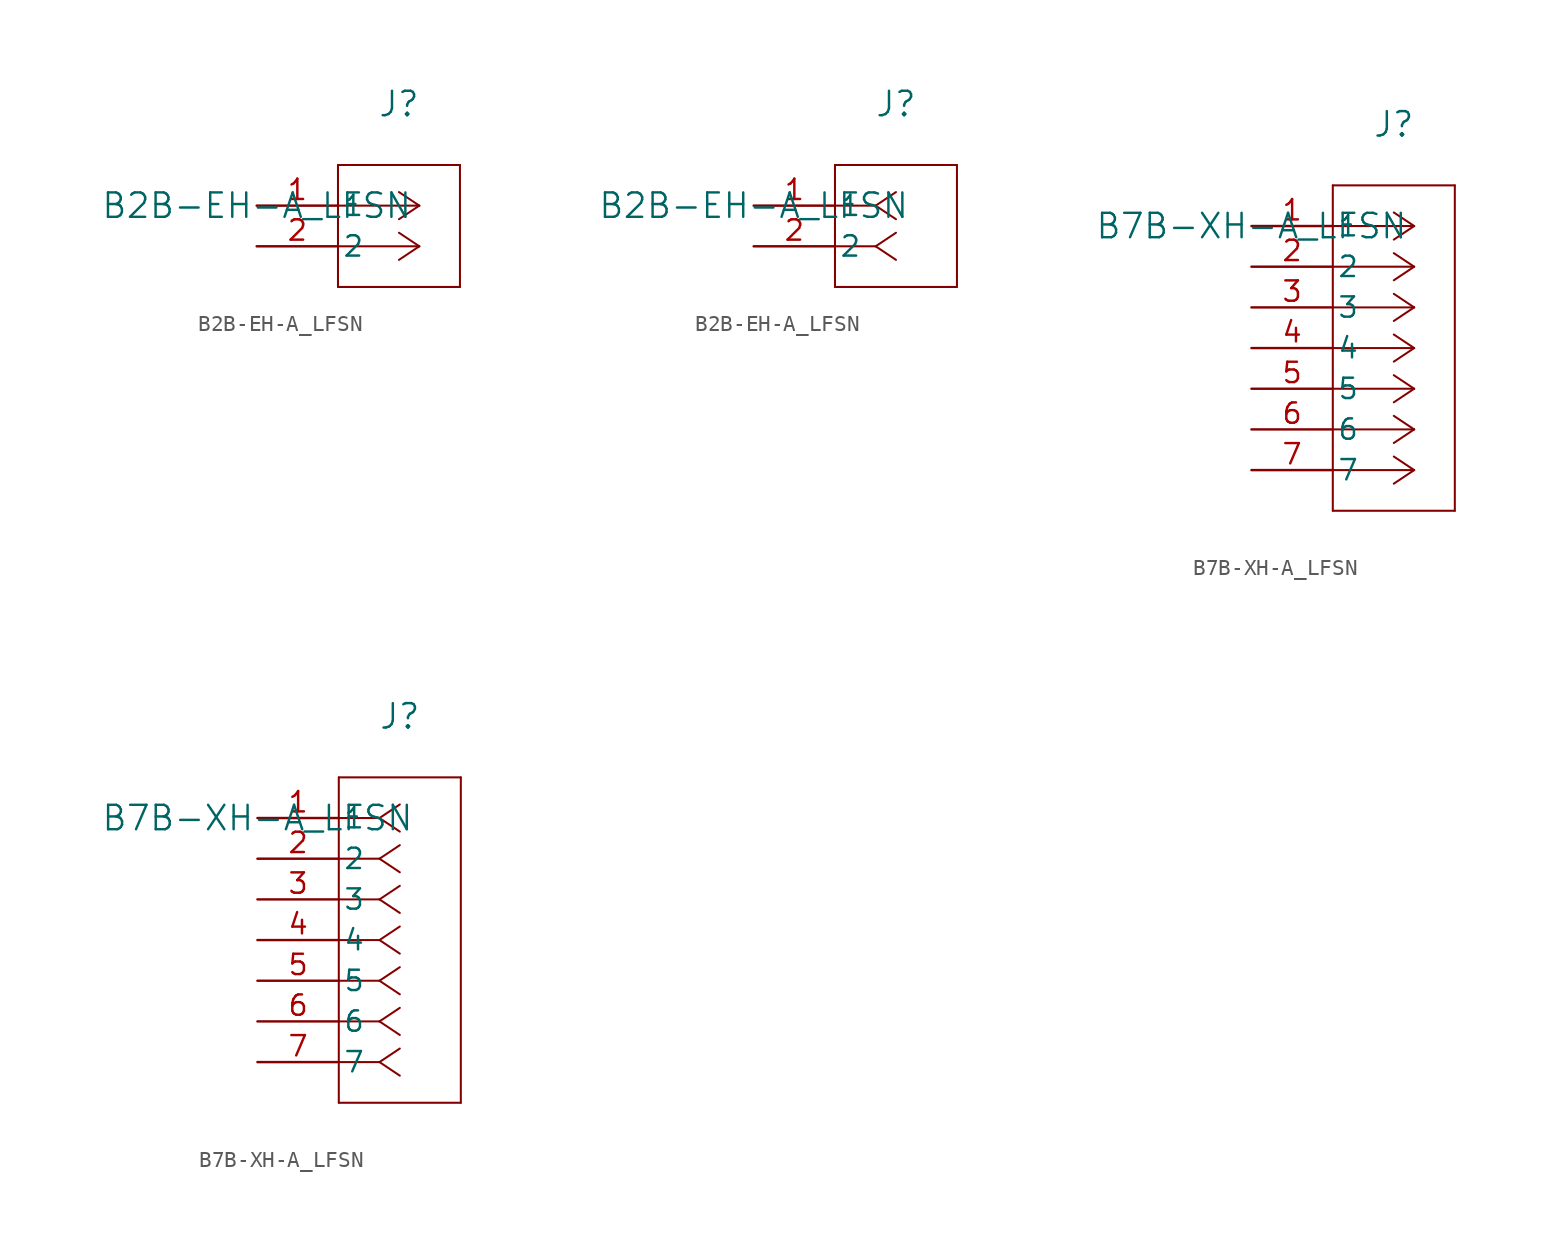
<source format=kicad_sym>
(kicad_symbol_lib
  (version 20211014)
  (generator kicad_symbol_editor)
  (symbol "B2B-EH-A_LFSN"
    (pin_names
      (offset 0.254))
    (property "Reference" "J"
      (at 8.89 6.35 0)
      (effects (font (size 1.524 1.524))))
    (property "Value" "B2B-EH-A_LFSN"
      (at 0 0 0)
      (effects (font (size 1.524 1.524))))
    (property "ki_locked" ""
      (at 0 0 0)
      (effects (font (size 1.27 1.27))))
    (symbol "B2B-EH-A_LFSN_1_1"
      (polyline (pts (xy 5.08 -5.08) (xy 12.7 -5.08)) (stroke (width 0.127) (type default) (color 0 0 0 0)) (fill (type none)))
      (polyline (pts (xy 5.08 2.54) (xy 5.08 -5.08)) (stroke (width 0.127) (type default) (color 0 0 0 0)) (fill (type none)))
      (polyline (pts (xy 10.16 -2.54) (xy 5.08 -2.54)) (stroke (width 0.127) (type default) (color 0 0 0 0)) (fill (type none)))
      (polyline (pts (xy 10.16 -2.54) (xy 8.89 -3.387)) (stroke (width 0.127) (type default) (color 0 0 0 0)) (fill (type none)))
      (polyline (pts (xy 10.16 -2.54) (xy 8.89 -1.693)) (stroke (width 0.127) (type default) (color 0 0 0 0)) (fill (type none)))
      (polyline (pts (xy 10.16 0) (xy 5.08 0)) (stroke (width 0.127) (type default) (color 0 0 0 0)) (fill (type none)))
      (polyline (pts (xy 10.16 0) (xy 8.89 -0.847)) (stroke (width 0.127) (type default) (color 0 0 0 0)) (fill (type none)))
      (polyline (pts (xy 10.16 0) (xy 8.89 0.847)) (stroke (width 0.127) (type default) (color 0 0 0 0)) (fill (type none)))
      (polyline (pts (xy 12.7 -5.08) (xy 12.7 2.54)) (stroke (width 0.127) (type default) (color 0 0 0 0)) (fill (type none)))
      (polyline (pts (xy 12.7 2.54) (xy 5.08 2.54)) (stroke (width 0.127) (type default) (color 0 0 0 0)) (fill (type none)))
      (pin unspecified line (at 0 0 0) (length 5.08) (name "1" (effects (font (size 1.27 1.27)))) (number "1" (effects (font (size 1.27 1.27)))))
      (pin unspecified line (at 0 -2.54 0) (length 5.08) (name "2" (effects (font (size 1.27 1.27)))) (number "2" (effects (font (size 1.27 1.27))))))
    (symbol "B2B-EH-A_LFSN_1_2"
      (polyline (pts (xy 5.08 -5.08) (xy 12.7 -5.08)) (stroke (width 0.127) (type default) (color 0 0 0 0)) (fill (type none)))
      (polyline (pts (xy 5.08 2.54) (xy 5.08 -5.08)) (stroke (width 0.127) (type default) (color 0 0 0 0)) (fill (type none)))
      (polyline (pts (xy 7.62 -2.54) (xy 5.08 -2.54)) (stroke (width 0.127) (type default) (color 0 0 0 0)) (fill (type none)))
      (polyline (pts (xy 7.62 -2.54) (xy 8.89 -3.387)) (stroke (width 0.127) (type default) (color 0 0 0 0)) (fill (type none)))
      (polyline (pts (xy 7.62 -2.54) (xy 8.89 -1.693)) (stroke (width 0.127) (type default) (color 0 0 0 0)) (fill (type none)))
      (polyline (pts (xy 7.62 0) (xy 5.08 0)) (stroke (width 0.127) (type default) (color 0 0 0 0)) (fill (type none)))
      (polyline (pts (xy 7.62 0) (xy 8.89 -0.847)) (stroke (width 0.127) (type default) (color 0 0 0 0)) (fill (type none)))
      (polyline (pts (xy 7.62 0) (xy 8.89 0.847)) (stroke (width 0.127) (type default) (color 0 0 0 0)) (fill (type none)))
      (polyline (pts (xy 12.7 -5.08) (xy 12.7 2.54)) (stroke (width 0.127) (type default) (color 0 0 0 0)) (fill (type none)))
      (polyline (pts (xy 12.7 2.54) (xy 5.08 2.54)) (stroke (width 0.127) (type default) (color 0 0 0 0)) (fill (type none)))
      (pin unspecified line (at 0 0 0) (length 5.08) (name "1" (effects (font (size 1.27 1.27)))) (number "1" (effects (font (size 1.27 1.27)))))
      (pin unspecified line (at 0 -2.54 0) (length 5.08) (name "2" (effects (font (size 1.27 1.27)))) (number "2" (effects (font (size 1.27 1.27)))))))
  (symbol "B7B-XH-A_LFSN"
    (pin_names
      (offset 0.254))
    (property "Reference" "J"
      (at 8.89 6.35 0)
      (effects (font (size 1.524 1.524))))
    (property "Value" "B7B-XH-A_LFSN"
      (at 0 0 0)
      (effects (font (size 1.524 1.524))))
    (property "ki_locked" ""
      (at 0 0 0)
      (effects (font (size 1.27 1.27))))
    (symbol "B7B-XH-A_LFSN_1_1"
      (polyline (pts (xy 5.08 -17.78) (xy 12.7 -17.78)) (stroke (width 0.127) (type default) (color 0 0 0 0)) (fill (type none)))
      (polyline (pts (xy 5.08 2.54) (xy 5.08 -17.78)) (stroke (width 0.127) (type default) (color 0 0 0 0)) (fill (type none)))
      (polyline (pts (xy 10.16 -15.24) (xy 5.08 -15.24)) (stroke (width 0.127) (type default) (color 0 0 0 0)) (fill (type none)))
      (polyline (pts (xy 10.16 -15.24) (xy 8.89 -16.087)) (stroke (width 0.127) (type default) (color 0 0 0 0)) (fill (type none)))
      (polyline (pts (xy 10.16 -15.24) (xy 8.89 -14.393)) (stroke (width 0.127) (type default) (color 0 0 0 0)) (fill (type none)))
      (polyline (pts (xy 10.16 -12.7) (xy 5.08 -12.7)) (stroke (width 0.127) (type default) (color 0 0 0 0)) (fill (type none)))
      (polyline (pts (xy 10.16 -12.7) (xy 8.89 -13.547)) (stroke (width 0.127) (type default) (color 0 0 0 0)) (fill (type none)))
      (polyline (pts (xy 10.16 -12.7) (xy 8.89 -11.853)) (stroke (width 0.127) (type default) (color 0 0 0 0)) (fill (type none)))
      (polyline (pts (xy 10.16 -10.16) (xy 5.08 -10.16)) (stroke (width 0.127) (type default) (color 0 0 0 0)) (fill (type none)))
      (polyline (pts (xy 10.16 -10.16) (xy 8.89 -11.007)) (stroke (width 0.127) (type default) (color 0 0 0 0)) (fill (type none)))
      (polyline (pts (xy 10.16 -10.16) (xy 8.89 -9.313)) (stroke (width 0.127) (type default) (color 0 0 0 0)) (fill (type none)))
      (polyline (pts (xy 10.16 -7.62) (xy 5.08 -7.62)) (stroke (width 0.127) (type default) (color 0 0 0 0)) (fill (type none)))
      (polyline (pts (xy 10.16 -7.62) (xy 8.89 -8.467)) (stroke (width 0.127) (type default) (color 0 0 0 0)) (fill (type none)))
      (polyline (pts (xy 10.16 -7.62) (xy 8.89 -6.773)) (stroke (width 0.127) (type default) (color 0 0 0 0)) (fill (type none)))
      (polyline (pts (xy 10.16 -5.08) (xy 5.08 -5.08)) (stroke (width 0.127) (type default) (color 0 0 0 0)) (fill (type none)))
      (polyline (pts (xy 10.16 -5.08) (xy 8.89 -5.927)) (stroke (width 0.127) (type default) (color 0 0 0 0)) (fill (type none)))
      (polyline (pts (xy 10.16 -5.08) (xy 8.89 -4.233)) (stroke (width 0.127) (type default) (color 0 0 0 0)) (fill (type none)))
      (polyline (pts (xy 10.16 -2.54) (xy 5.08 -2.54)) (stroke (width 0.127) (type default) (color 0 0 0 0)) (fill (type none)))
      (polyline (pts (xy 10.16 -2.54) (xy 8.89 -3.387)) (stroke (width 0.127) (type default) (color 0 0 0 0)) (fill (type none)))
      (polyline (pts (xy 10.16 -2.54) (xy 8.89 -1.693)) (stroke (width 0.127) (type default) (color 0 0 0 0)) (fill (type none)))
      (polyline (pts (xy 10.16 0) (xy 5.08 0)) (stroke (width 0.127) (type default) (color 0 0 0 0)) (fill (type none)))
      (polyline (pts (xy 10.16 0) (xy 8.89 -0.847)) (stroke (width 0.127) (type default) (color 0 0 0 0)) (fill (type none)))
      (polyline (pts (xy 10.16 0) (xy 8.89 0.847)) (stroke (width 0.127) (type default) (color 0 0 0 0)) (fill (type none)))
      (polyline (pts (xy 12.7 -17.78) (xy 12.7 2.54)) (stroke (width 0.127) (type default) (color 0 0 0 0)) (fill (type none)))
      (polyline (pts (xy 12.7 2.54) (xy 5.08 2.54)) (stroke (width 0.127) (type default) (color 0 0 0 0)) (fill (type none)))
      (pin unspecified line (at 0 0 0) (length 5.08) (name "1" (effects (font (size 1.27 1.27)))) (number "1" (effects (font (size 1.27 1.27)))))
      (pin unspecified line (at 0 -2.54 0) (length 5.08) (name "2" (effects (font (size 1.27 1.27)))) (number "2" (effects (font (size 1.27 1.27)))))
      (pin unspecified line (at 0 -5.08 0) (length 5.08) (name "3" (effects (font (size 1.27 1.27)))) (number "3" (effects (font (size 1.27 1.27)))))
      (pin unspecified line (at 0 -7.62 0) (length 5.08) (name "4" (effects (font (size 1.27 1.27)))) (number "4" (effects (font (size 1.27 1.27)))))
      (pin unspecified line (at 0 -10.16 0) (length 5.08) (name "5" (effects (font (size 1.27 1.27)))) (number "5" (effects (font (size 1.27 1.27)))))
      (pin unspecified line (at 0 -12.7 0) (length 5.08) (name "6" (effects (font (size 1.27 1.27)))) (number "6" (effects (font (size 1.27 1.27)))))
      (pin unspecified line (at 0 -15.24 0) (length 5.08) (name "7" (effects (font (size 1.27 1.27)))) (number "7" (effects (font (size 1.27 1.27))))))
    (symbol "B7B-XH-A_LFSN_1_2"
      (polyline (pts (xy 5.08 -17.78) (xy 12.7 -17.78)) (stroke (width 0.127) (type default) (color 0 0 0 0)) (fill (type none)))
      (polyline (pts (xy 5.08 2.54) (xy 5.08 -17.78)) (stroke (width 0.127) (type default) (color 0 0 0 0)) (fill (type none)))
      (polyline (pts (xy 7.62 -15.24) (xy 5.08 -15.24)) (stroke (width 0.127) (type default) (color 0 0 0 0)) (fill (type none)))
      (polyline (pts (xy 7.62 -15.24) (xy 8.89 -16.087)) (stroke (width 0.127) (type default) (color 0 0 0 0)) (fill (type none)))
      (polyline (pts (xy 7.62 -15.24) (xy 8.89 -14.393)) (stroke (width 0.127) (type default) (color 0 0 0 0)) (fill (type none)))
      (polyline (pts (xy 7.62 -12.7) (xy 5.08 -12.7)) (stroke (width 0.127) (type default) (color 0 0 0 0)) (fill (type none)))
      (polyline (pts (xy 7.62 -12.7) (xy 8.89 -13.547)) (stroke (width 0.127) (type default) (color 0 0 0 0)) (fill (type none)))
      (polyline (pts (xy 7.62 -12.7) (xy 8.89 -11.853)) (stroke (width 0.127) (type default) (color 0 0 0 0)) (fill (type none)))
      (polyline (pts (xy 7.62 -10.16) (xy 5.08 -10.16)) (stroke (width 0.127) (type default) (color 0 0 0 0)) (fill (type none)))
      (polyline (pts (xy 7.62 -10.16) (xy 8.89 -11.007)) (stroke (width 0.127) (type default) (color 0 0 0 0)) (fill (type none)))
      (polyline (pts (xy 7.62 -10.16) (xy 8.89 -9.313)) (stroke (width 0.127) (type default) (color 0 0 0 0)) (fill (type none)))
      (polyline (pts (xy 7.62 -7.62) (xy 5.08 -7.62)) (stroke (width 0.127) (type default) (color 0 0 0 0)) (fill (type none)))
      (polyline (pts (xy 7.62 -7.62) (xy 8.89 -8.467)) (stroke (width 0.127) (type default) (color 0 0 0 0)) (fill (type none)))
      (polyline (pts (xy 7.62 -7.62) (xy 8.89 -6.773)) (stroke (width 0.127) (type default) (color 0 0 0 0)) (fill (type none)))
      (polyline (pts (xy 7.62 -5.08) (xy 5.08 -5.08)) (stroke (width 0.127) (type default) (color 0 0 0 0)) (fill (type none)))
      (polyline (pts (xy 7.62 -5.08) (xy 8.89 -5.927)) (stroke (width 0.127) (type default) (color 0 0 0 0)) (fill (type none)))
      (polyline (pts (xy 7.62 -5.08) (xy 8.89 -4.233)) (stroke (width 0.127) (type default) (color 0 0 0 0)) (fill (type none)))
      (polyline (pts (xy 7.62 -2.54) (xy 5.08 -2.54)) (stroke (width 0.127) (type default) (color 0 0 0 0)) (fill (type none)))
      (polyline (pts (xy 7.62 -2.54) (xy 8.89 -3.387)) (stroke (width 0.127) (type default) (color 0 0 0 0)) (fill (type none)))
      (polyline (pts (xy 7.62 -2.54) (xy 8.89 -1.693)) (stroke (width 0.127) (type default) (color 0 0 0 0)) (fill (type none)))
      (polyline (pts (xy 7.62 0) (xy 5.08 0)) (stroke (width 0.127) (type default) (color 0 0 0 0)) (fill (type none)))
      (polyline (pts (xy 7.62 0) (xy 8.89 -0.847)) (stroke (width 0.127) (type default) (color 0 0 0 0)) (fill (type none)))
      (polyline (pts (xy 7.62 0) (xy 8.89 0.847)) (stroke (width 0.127) (type default) (color 0 0 0 0)) (fill (type none)))
      (polyline (pts (xy 12.7 -17.78) (xy 12.7 2.54)) (stroke (width 0.127) (type default) (color 0 0 0 0)) (fill (type none)))
      (polyline (pts (xy 12.7 2.54) (xy 5.08 2.54)) (stroke (width 0.127) (type default) (color 0 0 0 0)) (fill (type none)))
      (pin unspecified line (at 0 0 0) (length 5.08) (name "1" (effects (font (size 1.27 1.27)))) (number "1" (effects (font (size 1.27 1.27)))))
      (pin unspecified line (at 0 -2.54 0) (length 5.08) (name "2" (effects (font (size 1.27 1.27)))) (number "2" (effects (font (size 1.27 1.27)))))
      (pin unspecified line (at 0 -5.08 0) (length 5.08) (name "3" (effects (font (size 1.27 1.27)))) (number "3" (effects (font (size 1.27 1.27)))))
      (pin unspecified line (at 0 -7.62 0) (length 5.08) (name "4" (effects (font (size 1.27 1.27)))) (number "4" (effects (font (size 1.27 1.27)))))
      (pin unspecified line (at 0 -10.16 0) (length 5.08) (name "5" (effects (font (size 1.27 1.27)))) (number "5" (effects (font (size 1.27 1.27)))))
      (pin unspecified line (at 0 -12.7 0) (length 5.08) (name "6" (effects (font (size 1.27 1.27)))) (number "6" (effects (font (size 1.27 1.27)))))
      (pin unspecified line (at 0 -15.24 0) (length 5.08) (name "7" (effects (font (size 1.27 1.27)))) (number "7" (effects (font (size 1.27 1.27))))))))
</source>
